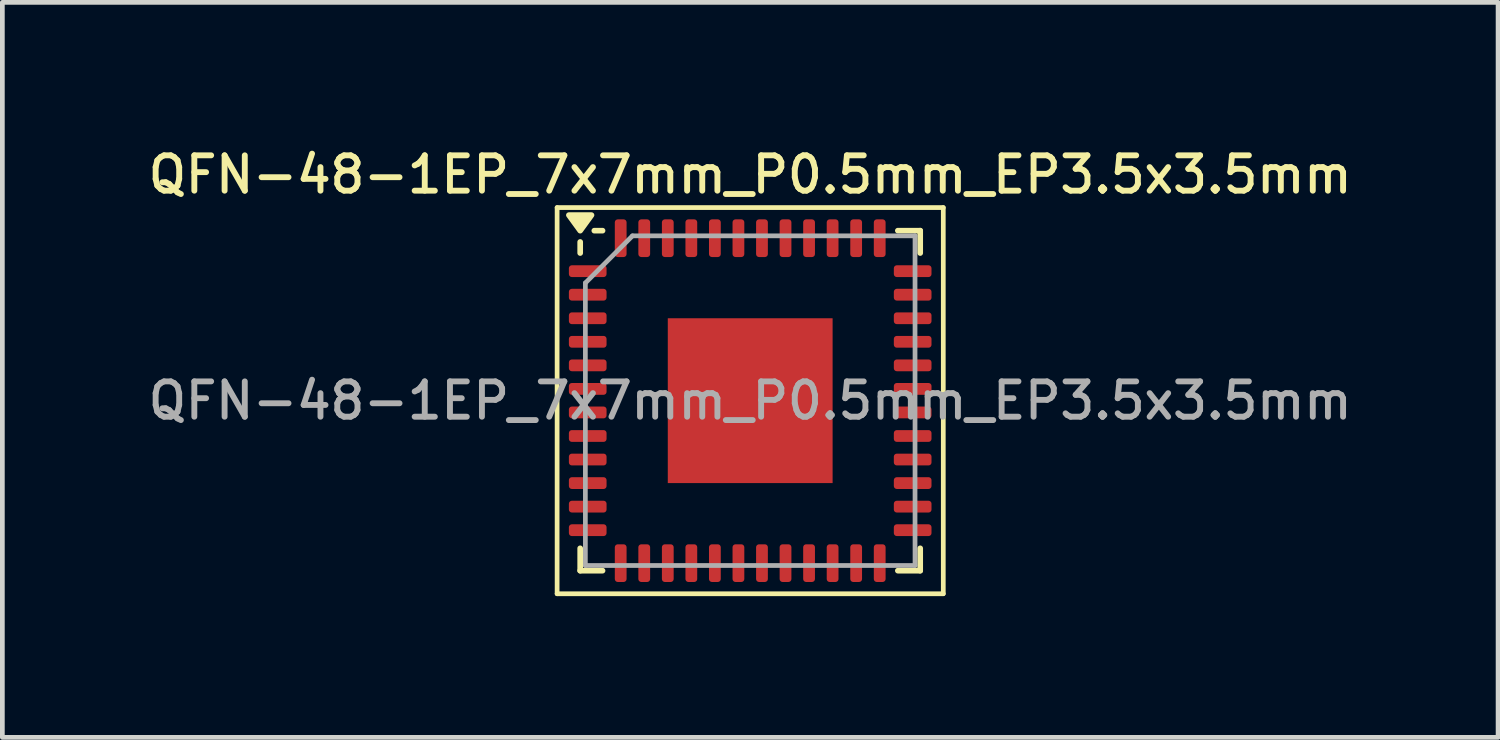
<source format=kicad_pcb>
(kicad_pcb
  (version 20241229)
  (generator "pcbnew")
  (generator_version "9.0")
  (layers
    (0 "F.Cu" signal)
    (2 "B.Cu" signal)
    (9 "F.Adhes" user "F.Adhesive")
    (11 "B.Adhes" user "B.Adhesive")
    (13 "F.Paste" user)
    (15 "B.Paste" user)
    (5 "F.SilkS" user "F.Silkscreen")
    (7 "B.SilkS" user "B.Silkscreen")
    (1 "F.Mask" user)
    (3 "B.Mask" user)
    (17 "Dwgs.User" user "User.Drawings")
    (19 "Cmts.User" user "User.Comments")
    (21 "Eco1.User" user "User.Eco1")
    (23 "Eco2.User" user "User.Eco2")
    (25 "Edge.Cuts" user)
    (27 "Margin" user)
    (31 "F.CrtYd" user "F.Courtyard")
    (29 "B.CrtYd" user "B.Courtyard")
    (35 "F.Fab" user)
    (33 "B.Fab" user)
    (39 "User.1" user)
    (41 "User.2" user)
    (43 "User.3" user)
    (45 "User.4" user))
  (footprint "QFN-48-1EP_7x7mm_P0.5mm_EP3.5x3.5mm"
    (layer "F.Cu")
    (at 12.88 5.458)
    (property "Reference" "QFN-48-1EP_7x7mm_P0.5mm_EP3.5x3.5mm" (at 0 -4.8 0) (layer "F.SilkS") (effects (font (size 0.75 0.75) (thickness 0.125))))
    (attr smd)
    (fp_line (start -4.1 -4.1) (end -4.1 4.1) (stroke (width 0.1) (type solid)) (layer "F.SilkS"))
    (fp_line (start -4.1 4.1) (end 4.1 4.1) (stroke (width 0.1) (type solid)) (layer "F.SilkS"))
    (fp_line (start -3.61 -3.135) (end -3.61 -3.37) (stroke (width 0.12) (type solid)) (layer "F.SilkS"))
    (fp_line (start -3.61 3.61) (end -3.61 3.135) (stroke (width 0.12) (type solid)) (layer "F.SilkS"))
    (fp_line (start -3.135 -3.61) (end -3.31 -3.61) (stroke (width 0.12) (type solid)) (layer "F.SilkS"))
    (fp_line (start -3.135 3.61) (end -3.61 3.61) (stroke (width 0.12) (type solid)) (layer "F.SilkS"))
    (fp_line (start 3.135 -3.61) (end 3.61 -3.61) (stroke (width 0.12) (type solid)) (layer "F.SilkS"))
    (fp_line (start 3.135 3.61) (end 3.61 3.61) (stroke (width 0.12) (type solid)) (layer "F.SilkS"))
    (fp_line (start 3.61 -3.61) (end 3.61 -3.135) (stroke (width 0.12) (type solid)) (layer "F.SilkS"))
    (fp_line (start 3.61 3.61) (end 3.61 3.135) (stroke (width 0.12) (type solid)) (layer "F.SilkS"))
    (fp_line (start 4.1 -4.1) (end -4.1 -4.1) (stroke (width 0.1) (type solid)) (layer "F.SilkS"))
    (fp_line (start 4.1 4.1) (end 4.1 -4.1) (stroke (width 0.1) (type solid)) (layer "F.SilkS"))
    (fp_poly (pts (xy -3.61 -3.61) (xy -3.85 -3.94) (xy -3.37 -3.94) (xy -3.61 -3.61)) (stroke (width 0.12) (type solid)) (fill yes) (layer "F.SilkS"))
    (fp_line (start -3.5 -2.5) (end -2.5 -3.5) (stroke (width 0.1) (type solid)) (layer "F.Fab"))
    (fp_line (start -3.5 3.5) (end -3.5 -2.5) (stroke (width 0.1) (type solid)) (layer "F.Fab"))
    (fp_line (start -2.5 -3.5) (end 3.5 -3.5) (stroke (width 0.1) (type solid)) (layer "F.Fab"))
    (fp_line (start 3.5 -3.5) (end 3.5 3.5) (stroke (width 0.1) (type solid)) (layer "F.Fab"))
    (fp_line (start 3.5 3.5) (end -3.5 3.5) (stroke (width 0.1) (type solid)) (layer "F.Fab"))
    (fp_text user "${REFERENCE}" (at 0 0 0) (layer "F.Fab") (effects (font (size 0.75 0.75) (thickness 0.125))))
    (pad "" smd roundrect (at -1.17 -1.17) (size 0.94 0.94) (layers "F.Paste") (roundrect_rratio 0.25))
    (pad "" smd roundrect (at -1.17 0) (size 0.94 0.94) (layers "F.Paste") (roundrect_rratio 0.25))
    (pad "" smd roundrect (at -1.17 1.17) (size 0.94 0.94) (layers "F.Paste") (roundrect_rratio 0.25))
    (pad "" smd roundrect (at 0 -1.17) (size 0.94 0.94) (layers "F.Paste") (roundrect_rratio 0.25))
    (pad "" smd roundrect (at 0 0) (size 0.94 0.94) (layers "F.Paste") (roundrect_rratio 0.25))
    (pad "" smd roundrect (at 0 1.17) (size 0.94 0.94) (layers "F.Paste") (roundrect_rratio 0.25))
    (pad "" smd roundrect (at 1.17 -1.17) (size 0.94 0.94) (layers "F.Paste") (roundrect_rratio 0.25))
    (pad "" smd roundrect (at 1.17 0) (size 0.94 0.94) (layers "F.Paste") (roundrect_rratio 0.25))
    (pad "" smd roundrect (at 1.17 1.17) (size 0.94 0.94) (layers "F.Paste") (roundrect_rratio 0.25))
    (pad "1" smd roundrect (at -3.45 -2.75) (size 0.8 0.25) (layers "F.Cu" "F.Mask" "F.Paste") (roundrect_rratio 0.25))
    (pad "2" smd roundrect (at -3.45 -2.25) (size 0.8 0.25) (layers "F.Cu" "F.Mask" "F.Paste") (roundrect_rratio 0.25))
    (pad "3" smd roundrect (at -3.45 -1.75) (size 0.8 0.25) (layers "F.Cu" "F.Mask" "F.Paste") (roundrect_rratio 0.25))
    (pad "4" smd roundrect (at -3.45 -1.25) (size 0.8 0.25) (layers "F.Cu" "F.Mask" "F.Paste") (roundrect_rratio 0.25))
    (pad "5" smd roundrect (at -3.45 -0.75) (size 0.8 0.25) (layers "F.Cu" "F.Mask" "F.Paste") (roundrect_rratio 0.25))
    (pad "6" smd roundrect (at -3.45 -0.25) (size 0.8 0.25) (layers "F.Cu" "F.Mask" "F.Paste") (roundrect_rratio 0.25))
    (pad "7" smd roundrect (at -3.45 0.25) (size 0.8 0.25) (layers "F.Cu" "F.Mask" "F.Paste") (roundrect_rratio 0.25))
    (pad "8" smd roundrect (at -3.45 0.75) (size 0.8 0.25) (layers "F.Cu" "F.Mask" "F.Paste") (roundrect_rratio 0.25))
    (pad "9" smd roundrect (at -3.45 1.25) (size 0.8 0.25) (layers "F.Cu" "F.Mask" "F.Paste") (roundrect_rratio 0.25))
    (pad "10" smd roundrect (at -3.45 1.75) (size 0.8 0.25) (layers "F.Cu" "F.Mask" "F.Paste") (roundrect_rratio 0.25))
    (pad "11" smd roundrect (at -3.45 2.25) (size 0.8 0.25) (layers "F.Cu" "F.Mask" "F.Paste") (roundrect_rratio 0.25))
    (pad "12" smd roundrect (at -3.45 2.75) (size 0.8 0.25) (layers "F.Cu" "F.Mask" "F.Paste") (roundrect_rratio 0.25))
    (pad "13" smd roundrect (at -2.75 3.45) (size 0.25 0.8) (layers "F.Cu" "F.Mask" "F.Paste") (roundrect_rratio 0.25))
    (pad "14" smd roundrect (at -2.25 3.45) (size 0.25 0.8) (layers "F.Cu" "F.Mask" "F.Paste") (roundrect_rratio 0.25))
    (pad "15" smd roundrect (at -1.75 3.45) (size 0.25 0.8) (layers "F.Cu" "F.Mask" "F.Paste") (roundrect_rratio 0.25))
    (pad "16" smd roundrect (at -1.25 3.45) (size 0.25 0.8) (layers "F.Cu" "F.Mask" "F.Paste") (roundrect_rratio 0.25))
    (pad "17" smd roundrect (at -0.75 3.45) (size 0.25 0.8) (layers "F.Cu" "F.Mask" "F.Paste") (roundrect_rratio 0.25))
    (pad "18" smd roundrect (at -0.25 3.45) (size 0.25 0.8) (layers "F.Cu" "F.Mask" "F.Paste") (roundrect_rratio 0.25))
    (pad "19" smd roundrect (at 0.25 3.45) (size 0.25 0.8) (layers "F.Cu" "F.Mask" "F.Paste") (roundrect_rratio 0.25))
    (pad "20" smd roundrect (at 0.75 3.45) (size 0.25 0.8) (layers "F.Cu" "F.Mask" "F.Paste") (roundrect_rratio 0.25))
    (pad "21" smd roundrect (at 1.25 3.45) (size 0.25 0.8) (layers "F.Cu" "F.Mask" "F.Paste") (roundrect_rratio 0.25))
    (pad "22" smd roundrect (at 1.75 3.45) (size 0.25 0.8) (layers "F.Cu" "F.Mask" "F.Paste") (roundrect_rratio 0.25))
    (pad "23" smd roundrect (at 2.25 3.45) (size 0.25 0.8) (layers "F.Cu" "F.Mask" "F.Paste") (roundrect_rratio 0.25))
    (pad "24" smd roundrect (at 2.75 3.45) (size 0.25 0.8) (layers "F.Cu" "F.Mask" "F.Paste") (roundrect_rratio 0.25))
    (pad "25" smd roundrect (at 3.45 2.75) (size 0.8 0.25) (layers "F.Cu" "F.Mask" "F.Paste") (roundrect_rratio 0.25))
    (pad "26" smd roundrect (at 3.45 2.25) (size 0.8 0.25) (layers "F.Cu" "F.Mask" "F.Paste") (roundrect_rratio 0.25))
    (pad "27" smd roundrect (at 3.45 1.75) (size 0.8 0.25) (layers "F.Cu" "F.Mask" "F.Paste") (roundrect_rratio 0.25))
    (pad "28" smd roundrect (at 3.45 1.25) (size 0.8 0.25) (layers "F.Cu" "F.Mask" "F.Paste") (roundrect_rratio 0.25))
    (pad "29" smd roundrect (at 3.45 0.75) (size 0.8 0.25) (layers "F.Cu" "F.Mask" "F.Paste") (roundrect_rratio 0.25))
    (pad "30" smd roundrect (at 3.45 0.25) (size 0.8 0.25) (layers "F.Cu" "F.Mask" "F.Paste") (roundrect_rratio 0.25))
    (pad "31" smd roundrect (at 3.45 -0.25) (size 0.8 0.25) (layers "F.Cu" "F.Mask" "F.Paste") (roundrect_rratio 0.25))
    (pad "32" smd roundrect (at 3.45 -0.75) (size 0.8 0.25) (layers "F.Cu" "F.Mask" "F.Paste") (roundrect_rratio 0.25))
    (pad "33" smd roundrect (at 3.45 -1.25) (size 0.8 0.25) (layers "F.Cu" "F.Mask" "F.Paste") (roundrect_rratio 0.25))
    (pad "34" smd roundrect (at 3.45 -1.75) (size 0.8 0.25) (layers "F.Cu" "F.Mask" "F.Paste") (roundrect_rratio 0.25))
    (pad "35" smd roundrect (at 3.45 -2.25) (size 0.8 0.25) (layers "F.Cu" "F.Mask" "F.Paste") (roundrect_rratio 0.25))
    (pad "36" smd roundrect (at 3.45 -2.75) (size 0.8 0.25) (layers "F.Cu" "F.Mask" "F.Paste") (roundrect_rratio 0.25))
    (pad "37" smd roundrect (at 2.75 -3.45) (size 0.25 0.8) (layers "F.Cu" "F.Mask" "F.Paste") (roundrect_rratio 0.25))
    (pad "38" smd roundrect (at 2.25 -3.45) (size 0.25 0.8) (layers "F.Cu" "F.Mask" "F.Paste") (roundrect_rratio 0.25))
    (pad "39" smd roundrect (at 1.75 -3.45) (size 0.25 0.8) (layers "F.Cu" "F.Mask" "F.Paste") (roundrect_rratio 0.25))
    (pad "40" smd roundrect (at 1.25 -3.45) (size 0.25 0.8) (layers "F.Cu" "F.Mask" "F.Paste") (roundrect_rratio 0.25))
    (pad "41" smd roundrect (at 0.75 -3.45) (size 0.25 0.8) (layers "F.Cu" "F.Mask" "F.Paste") (roundrect_rratio 0.25))
    (pad "42" smd roundrect (at 0.25 -3.45) (size 0.25 0.8) (layers "F.Cu" "F.Mask" "F.Paste") (roundrect_rratio 0.25))
    (pad "43" smd roundrect (at -0.25 -3.45) (size 0.25 0.8) (layers "F.Cu" "F.Mask" "F.Paste") (roundrect_rratio 0.25))
    (pad "44" smd roundrect (at -0.75 -3.45) (size 0.25 0.8) (layers "F.Cu" "F.Mask" "F.Paste") (roundrect_rratio 0.25))
    (pad "45" smd roundrect (at -1.25 -3.45) (size 0.25 0.8) (layers "F.Cu" "F.Mask" "F.Paste") (roundrect_rratio 0.25))
    (pad "46" smd roundrect (at -1.75 -3.45) (size 0.25 0.8) (layers "F.Cu" "F.Mask" "F.Paste") (roundrect_rratio 0.25))
    (pad "47" smd roundrect (at -2.25 -3.45) (size 0.25 0.8) (layers "F.Cu" "F.Mask" "F.Paste") (roundrect_rratio 0.25))
    (pad "48" smd roundrect (at -2.75 -3.45) (size 0.25 0.8) (layers "F.Cu" "F.Mask" "F.Paste") (roundrect_rratio 0.25))
    (pad "49" smd rect (at 0 0) (size 3.5 3.5) (property pad_prop_heatsink) (layers "F.Cu" "F.Mask")))
  (gr_rect
    (start -3 -3)
    (end 28.761 12.608)
    (stroke (width 0.1) (type default))
    (fill no)
    (layer "Edge.Cuts")))
</source>
